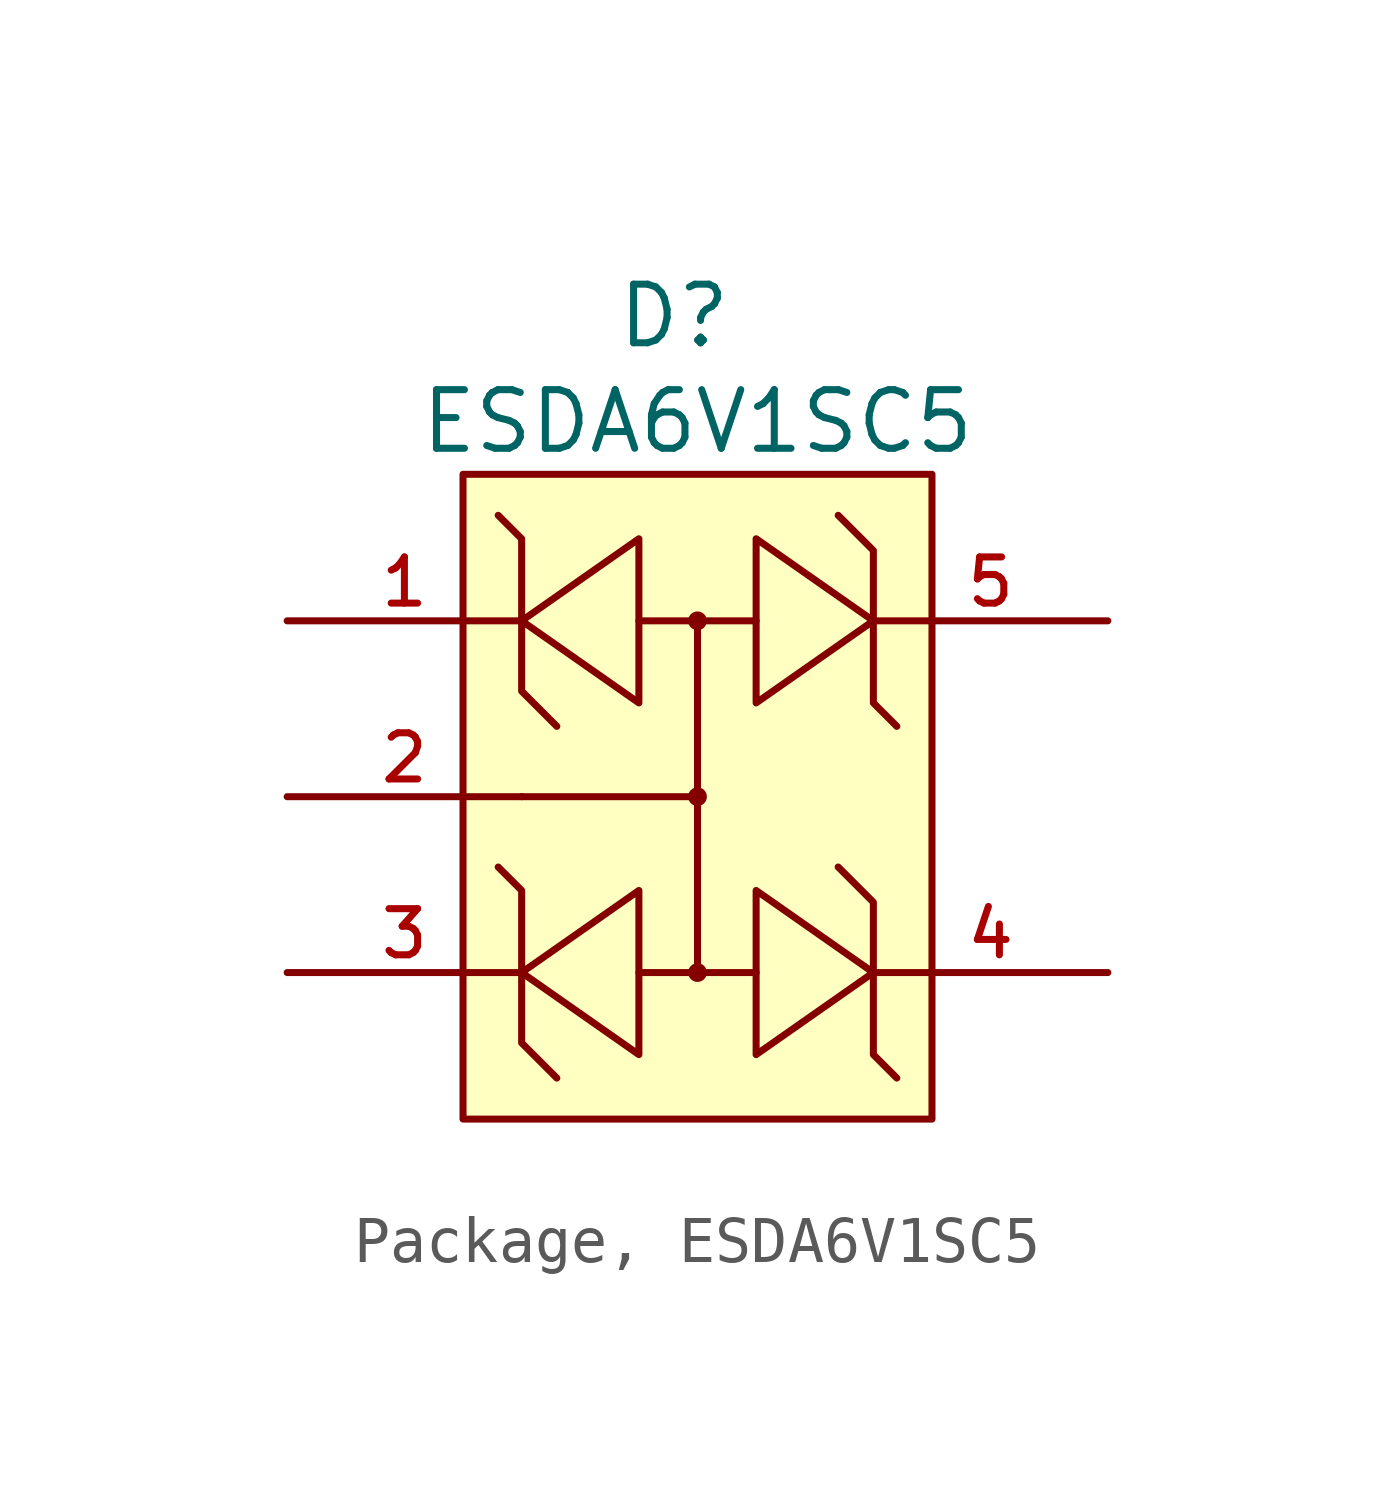
<source format=kicad_sym>
(kicad_symbol_lib
  (version 20231120)
  (generator "CDFER_Archive_Tool")
  (generator_version "0.0")
  (symbol "Package, ESDA6V1SC5"
    (pin_names hide)
    (property "Reference" "D"
      (at -1.778 11.684 0)
      (effects (font (size 1.27 1.27))))
    (property "Value" "ESDA6V1SC5"
      (at -1.27 9.398 0)
      (effects (font (size 1.27 1.27))))
    (symbol "Package, ESDA6V1SC5_0_1"
      (circle (center -1.27 -2.54) (radius 0.127) (stroke (width 0) (type default)) (fill (type background)))
      (circle (center -1.27 1.27) (radius 0.127) (stroke (width 0) (type default)) (fill (type background)))
      (circle (center -1.27 5.08) (radius 0.127) (stroke (width 0) (type default)) (fill (type background)))
      (polyline (pts (xy -2.54 -2.54) (xy 0 -2.54)) (stroke (width 0) (type default)) (fill (type none)))
      (polyline (pts (xy -2.54 5.08) (xy 0 5.08)) (stroke (width 0) (type default)) (fill (type none)))
      (polyline (pts (xy -1.27 1.27) (xy -5.08 1.27)) (stroke (width 0) (type default)) (fill (type none)))
      (polyline (pts (xy -1.27 5.08) (xy -1.27 -2.54)) (stroke (width 0) (type default)) (fill (type none)))
      (polyline (pts (xy -5.588 -0.254) (xy -5.08 -0.762) (xy -5.08 -4.064) (xy -4.318 -4.826)) (stroke (width 0) (type default)) (fill (type none)))
      (polyline (pts (xy -5.588 7.366) (xy -5.08 6.858) (xy -5.08 3.556) (xy -4.318 2.794)) (stroke (width 0) (type default)) (fill (type none)))
      (polyline (pts (xy -2.54 -0.762) (xy -5.08 -2.54) (xy -2.54 -4.318) (xy -2.54 -0.762)) (stroke (width 0) (type default)) (fill (type background)))
      (polyline (pts (xy -2.54 6.858) (xy -5.08 5.08) (xy -2.54 3.302) (xy -2.54 6.858)) (stroke (width 0) (type default)) (fill (type background)))
      (polyline (pts (xy 0 -4.318) (xy 2.54 -2.54) (xy 0 -0.762) (xy 0 -4.318)) (stroke (width 0) (type default)) (fill (type background)))
      (polyline (pts (xy 0 3.302) (xy 2.54 5.08) (xy 0 6.858) (xy 0 3.302)) (stroke (width 0) (type default)) (fill (type background)))
      (polyline (pts (xy 3.048 -4.826) (xy 2.54 -4.318) (xy 2.54 -1.016) (xy 1.778 -0.254)) (stroke (width 0) (type default)) (fill (type none)))
      (polyline (pts (xy 3.048 2.794) (xy 2.54 3.302) (xy 2.54 6.604) (xy 1.778 7.366)) (stroke (width 0) (type default)) (fill (type none)))
      (pin unspecified line (at -10.16 5.08 0) (length 5.08) (name "1" (effects (font (size 1 1)))) (number "1" (effects (font (size 1 1)))))
      (pin unspecified line (at -10.16 1.27 0) (length 5.08) (name "2" (effects (font (size 1 1)))) (number "2" (effects (font (size 1 1)))))
      (pin unspecified line (at -10.16 -2.54 0) (length 5.08) (name "3" (effects (font (size 1 1)))) (number "3" (effects (font (size 1 1)))))
      (pin unspecified line (at 7.62 -2.54 180) (length 5.08) (name "4" (effects (font (size 1 1)))) (number "4" (effects (font (size 1 1)))))
      (pin unspecified line (at 7.62 5.08 180) (length 5.08) (name "5" (effects (font (size 1 1)))) (number "5" (effects (font (size 1 1))))))
    (symbol "Package, ESDA6V1SC5_1_1"
      (rectangle (start -6.35 8.255) (end 3.81 -5.715) (stroke (width 0) (type default)) (fill (type background))))))
</source>
